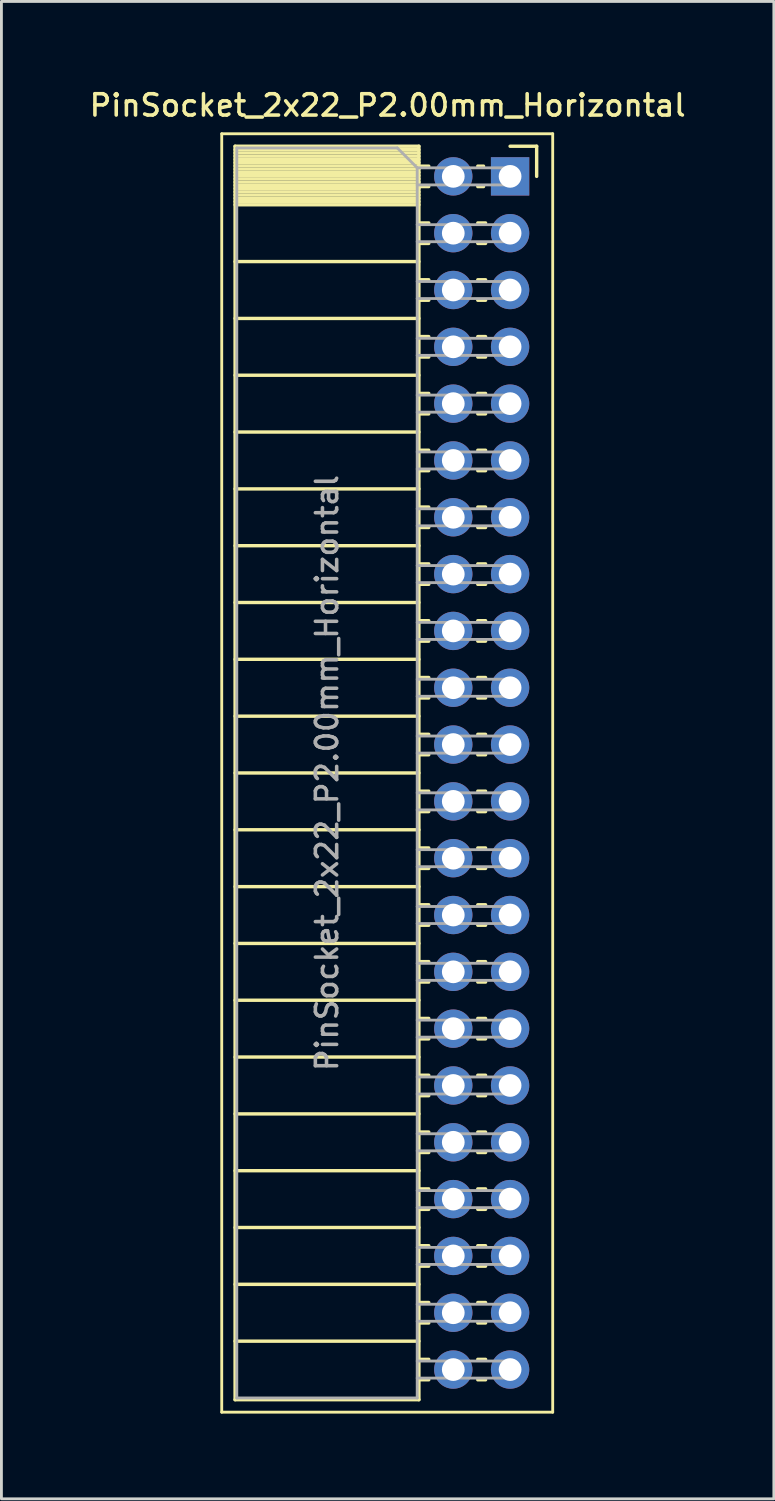
<source format=kicad_pcb>
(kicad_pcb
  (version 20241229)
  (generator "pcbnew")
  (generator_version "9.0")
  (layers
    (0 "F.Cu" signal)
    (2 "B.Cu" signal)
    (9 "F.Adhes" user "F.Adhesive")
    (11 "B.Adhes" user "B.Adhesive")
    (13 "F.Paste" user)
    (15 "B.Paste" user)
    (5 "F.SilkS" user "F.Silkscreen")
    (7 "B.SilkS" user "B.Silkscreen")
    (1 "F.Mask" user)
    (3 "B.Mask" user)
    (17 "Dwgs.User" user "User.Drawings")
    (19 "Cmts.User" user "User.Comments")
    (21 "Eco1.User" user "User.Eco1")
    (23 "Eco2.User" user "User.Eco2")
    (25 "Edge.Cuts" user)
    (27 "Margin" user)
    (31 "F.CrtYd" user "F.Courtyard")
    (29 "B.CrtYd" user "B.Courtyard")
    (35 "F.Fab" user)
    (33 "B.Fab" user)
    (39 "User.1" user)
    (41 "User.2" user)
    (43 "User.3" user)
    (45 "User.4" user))
  (footprint "PinSocket_2x22_P2.00mm_Horizontal"
    (layer "F.Cu")
    (at 14.905 3.158)
    (property "Reference" "PinSocket_2x22_P2.00mm_Horizontal" (at -4.31 -2.5 0) (layer "F.SilkS") (effects (font (size 0.75 0.75) (thickness 0.125))))
    (attr through_hole)
    (fp_line (start -10.15 -1.5) (end -10.15 43.5) (stroke (width 0.1) (type solid)) (layer "F.SilkS"))
    (fp_line (start -10.15 43.5) (end 1.5 43.5) (stroke (width 0.1) (type solid)) (layer "F.SilkS"))
    (fp_line (start -9.68 -1.06) (end -9.68 43.06) (stroke (width 0.12) (type solid)) (layer "F.SilkS"))
    (fp_line (start -9.68 -1.06) (end -3.21 -1.06) (stroke (width 0.12) (type solid)) (layer "F.SilkS"))
    (fp_line (start -9.68 -0.94) (end -3.21 -0.94) (stroke (width 0.12) (type solid)) (layer "F.SilkS"))
    (fp_line (start -9.68 -0.826) (end -3.21 -0.826) (stroke (width 0.12) (type solid)) (layer "F.SilkS"))
    (fp_line (start -9.68 -0.712) (end -3.21 -0.712) (stroke (width 0.12) (type solid)) (layer "F.SilkS"))
    (fp_line (start -9.68 -0.598) (end -3.21 -0.598) (stroke (width 0.12) (type solid)) (layer "F.SilkS"))
    (fp_line (start -9.68 -0.484) (end -3.21 -0.484) (stroke (width 0.12) (type solid)) (layer "F.SilkS"))
    (fp_line (start -9.68 -0.369) (end -3.21 -0.369) (stroke (width 0.12) (type solid)) (layer "F.SilkS"))
    (fp_line (start -9.68 -0.255) (end -3.21 -0.255) (stroke (width 0.12) (type solid)) (layer "F.SilkS"))
    (fp_line (start -9.68 -0.141) (end -3.21 -0.141) (stroke (width 0.12) (type solid)) (layer "F.SilkS"))
    (fp_line (start -9.68 -0.027) (end -3.21 -0.027) (stroke (width 0.12) (type solid)) (layer "F.SilkS"))
    (fp_line (start -9.68 0.087) (end -3.21 0.087) (stroke (width 0.12) (type solid)) (layer "F.SilkS"))
    (fp_line (start -9.68 0.201) (end -3.21 0.201) (stroke (width 0.12) (type solid)) (layer "F.SilkS"))
    (fp_line (start -9.68 0.315) (end -3.21 0.315) (stroke (width 0.12) (type solid)) (layer "F.SilkS"))
    (fp_line (start -9.68 0.429) (end -3.21 0.429) (stroke (width 0.12) (type solid)) (layer "F.SilkS"))
    (fp_line (start -9.68 0.544) (end -3.21 0.544) (stroke (width 0.12) (type solid)) (layer "F.SilkS"))
    (fp_line (start -9.68 0.658) (end -3.21 0.658) (stroke (width 0.12) (type solid)) (layer "F.SilkS"))
    (fp_line (start -9.68 0.772) (end -3.21 0.772) (stroke (width 0.12) (type solid)) (layer "F.SilkS"))
    (fp_line (start -9.68 0.886) (end -3.21 0.886) (stroke (width 0.12) (type solid)) (layer "F.SilkS"))
    (fp_line (start -9.68 1) (end -3.21 1) (stroke (width 0.12) (type solid)) (layer "F.SilkS"))
    (fp_line (start -9.68 3) (end -3.21 3) (stroke (width 0.12) (type solid)) (layer "F.SilkS"))
    (fp_line (start -9.68 5) (end -3.21 5) (stroke (width 0.12) (type solid)) (layer "F.SilkS"))
    (fp_line (start -9.68 7) (end -3.21 7) (stroke (width 0.12) (type solid)) (layer "F.SilkS"))
    (fp_line (start -9.68 9) (end -3.21 9) (stroke (width 0.12) (type solid)) (layer "F.SilkS"))
    (fp_line (start -9.68 11) (end -3.21 11) (stroke (width 0.12) (type solid)) (layer "F.SilkS"))
    (fp_line (start -9.68 13) (end -3.21 13) (stroke (width 0.12) (type solid)) (layer "F.SilkS"))
    (fp_line (start -9.68 15) (end -3.21 15) (stroke (width 0.12) (type solid)) (layer "F.SilkS"))
    (fp_line (start -9.68 17) (end -3.21 17) (stroke (width 0.12) (type solid)) (layer "F.SilkS"))
    (fp_line (start -9.68 19) (end -3.21 19) (stroke (width 0.12) (type solid)) (layer "F.SilkS"))
    (fp_line (start -9.68 21) (end -3.21 21) (stroke (width 0.12) (type solid)) (layer "F.SilkS"))
    (fp_line (start -9.68 23) (end -3.21 23) (stroke (width 0.12) (type solid)) (layer "F.SilkS"))
    (fp_line (start -9.68 25) (end -3.21 25) (stroke (width 0.12) (type solid)) (layer "F.SilkS"))
    (fp_line (start -9.68 27) (end -3.21 27) (stroke (width 0.12) (type solid)) (layer "F.SilkS"))
    (fp_line (start -9.68 29) (end -3.21 29) (stroke (width 0.12) (type solid)) (layer "F.SilkS"))
    (fp_line (start -9.68 31) (end -3.21 31) (stroke (width 0.12) (type solid)) (layer "F.SilkS"))
    (fp_line (start -9.68 33) (end -3.21 33) (stroke (width 0.12) (type solid)) (layer "F.SilkS"))
    (fp_line (start -9.68 35) (end -3.21 35) (stroke (width 0.12) (type solid)) (layer "F.SilkS"))
    (fp_line (start -9.68 37) (end -3.21 37) (stroke (width 0.12) (type solid)) (layer "F.SilkS"))
    (fp_line (start -9.68 39) (end -3.21 39) (stroke (width 0.12) (type solid)) (layer "F.SilkS"))
    (fp_line (start -9.68 41) (end -3.21 41) (stroke (width 0.12) (type solid)) (layer "F.SilkS"))
    (fp_line (start -9.68 43.06) (end -3.21 43.06) (stroke (width 0.12) (type solid)) (layer "F.SilkS"))
    (fp_line (start -3.21 -1.06) (end -3.21 43.06) (stroke (width 0.12) (type solid)) (layer "F.SilkS"))
    (fp_line (start -3.21 -0.36) (end -2.863 -0.36) (stroke (width 0.12) (type solid)) (layer "F.SilkS"))
    (fp_line (start -3.21 0.36) (end -2.863 0.36) (stroke (width 0.12) (type solid)) (layer "F.SilkS"))
    (fp_line (start -3.21 1.64) (end -2.863 1.64) (stroke (width 0.12) (type solid)) (layer "F.SilkS"))
    (fp_line (start -3.21 2.36) (end -2.863 2.36) (stroke (width 0.12) (type solid)) (layer "F.SilkS"))
    (fp_line (start -3.21 3.64) (end -2.863 3.64) (stroke (width 0.12) (type solid)) (layer "F.SilkS"))
    (fp_line (start -3.21 4.36) (end -2.863 4.36) (stroke (width 0.12) (type solid)) (layer "F.SilkS"))
    (fp_line (start -3.21 5.64) (end -2.863 5.64) (stroke (width 0.12) (type solid)) (layer "F.SilkS"))
    (fp_line (start -3.21 6.36) (end -2.863 6.36) (stroke (width 0.12) (type solid)) (layer "F.SilkS"))
    (fp_line (start -3.21 7.64) (end -2.863 7.64) (stroke (width 0.12) (type solid)) (layer "F.SilkS"))
    (fp_line (start -3.21 8.36) (end -2.863 8.36) (stroke (width 0.12) (type solid)) (layer "F.SilkS"))
    (fp_line (start -3.21 9.64) (end -2.863 9.64) (stroke (width 0.12) (type solid)) (layer "F.SilkS"))
    (fp_line (start -3.21 10.36) (end -2.863 10.36) (stroke (width 0.12) (type solid)) (layer "F.SilkS"))
    (fp_line (start -3.21 11.64) (end -2.863 11.64) (stroke (width 0.12) (type solid)) (layer "F.SilkS"))
    (fp_line (start -3.21 12.36) (end -2.863 12.36) (stroke (width 0.12) (type solid)) (layer "F.SilkS"))
    (fp_line (start -3.21 13.64) (end -2.863 13.64) (stroke (width 0.12) (type solid)) (layer "F.SilkS"))
    (fp_line (start -3.21 14.36) (end -2.863 14.36) (stroke (width 0.12) (type solid)) (layer "F.SilkS"))
    (fp_line (start -3.21 15.64) (end -2.863 15.64) (stroke (width 0.12) (type solid)) (layer "F.SilkS"))
    (fp_line (start -3.21 16.36) (end -2.863 16.36) (stroke (width 0.12) (type solid)) (layer "F.SilkS"))
    (fp_line (start -3.21 17.64) (end -2.863 17.64) (stroke (width 0.12) (type solid)) (layer "F.SilkS"))
    (fp_line (start -3.21 18.36) (end -2.863 18.36) (stroke (width 0.12) (type solid)) (layer "F.SilkS"))
    (fp_line (start -3.21 19.64) (end -2.863 19.64) (stroke (width 0.12) (type solid)) (layer "F.SilkS"))
    (fp_line (start -3.21 20.36) (end -2.863 20.36) (stroke (width 0.12) (type solid)) (layer "F.SilkS"))
    (fp_line (start -3.21 21.64) (end -2.863 21.64) (stroke (width 0.12) (type solid)) (layer "F.SilkS"))
    (fp_line (start -3.21 22.36) (end -2.863 22.36) (stroke (width 0.12) (type solid)) (layer "F.SilkS"))
    (fp_line (start -3.21 23.64) (end -2.863 23.64) (stroke (width 0.12) (type solid)) (layer "F.SilkS"))
    (fp_line (start -3.21 24.36) (end -2.863 24.36) (stroke (width 0.12) (type solid)) (layer "F.SilkS"))
    (fp_line (start -3.21 25.64) (end -2.863 25.64) (stroke (width 0.12) (type solid)) (layer "F.SilkS"))
    (fp_line (start -3.21 26.36) (end -2.863 26.36) (stroke (width 0.12) (type solid)) (layer "F.SilkS"))
    (fp_line (start -3.21 27.64) (end -2.863 27.64) (stroke (width 0.12) (type solid)) (layer "F.SilkS"))
    (fp_line (start -3.21 28.36) (end -2.863 28.36) (stroke (width 0.12) (type solid)) (layer "F.SilkS"))
    (fp_line (start -3.21 29.64) (end -2.863 29.64) (stroke (width 0.12) (type solid)) (layer "F.SilkS"))
    (fp_line (start -3.21 30.36) (end -2.863 30.36) (stroke (width 0.12) (type solid)) (layer "F.SilkS"))
    (fp_line (start -3.21 31.64) (end -2.863 31.64) (stroke (width 0.12) (type solid)) (layer "F.SilkS"))
    (fp_line (start -3.21 32.36) (end -2.863 32.36) (stroke (width 0.12) (type solid)) (layer "F.SilkS"))
    (fp_line (start -3.21 33.64) (end -2.863 33.64) (stroke (width 0.12) (type solid)) (layer "F.SilkS"))
    (fp_line (start -3.21 34.36) (end -2.863 34.36) (stroke (width 0.12) (type solid)) (layer "F.SilkS"))
    (fp_line (start -3.21 35.64) (end -2.863 35.64) (stroke (width 0.12) (type solid)) (layer "F.SilkS"))
    (fp_line (start -3.21 36.36) (end -2.863 36.36) (stroke (width 0.12) (type solid)) (layer "F.SilkS"))
    (fp_line (start -3.21 37.64) (end -2.863 37.64) (stroke (width 0.12) (type solid)) (layer "F.SilkS"))
    (fp_line (start -3.21 38.36) (end -2.863 38.36) (stroke (width 0.12) (type solid)) (layer "F.SilkS"))
    (fp_line (start -3.21 39.64) (end -2.863 39.64) (stroke (width 0.12) (type solid)) (layer "F.SilkS"))
    (fp_line (start -3.21 40.36) (end -2.863 40.36) (stroke (width 0.12) (type solid)) (layer "F.SilkS"))
    (fp_line (start -3.21 41.64) (end -2.863 41.64) (stroke (width 0.12) (type solid)) (layer "F.SilkS"))
    (fp_line (start -3.21 42.36) (end -2.863 42.36) (stroke (width 0.12) (type solid)) (layer "F.SilkS"))
    (fp_line (start -1.137 -0.36) (end -0.935 -0.36) (stroke (width 0.12) (type solid)) (layer "F.SilkS"))
    (fp_line (start -1.137 0.36) (end -0.935 0.36) (stroke (width 0.12) (type solid)) (layer "F.SilkS"))
    (fp_line (start -1.137 1.64) (end -0.863 1.64) (stroke (width 0.12) (type solid)) (layer "F.SilkS"))
    (fp_line (start -1.137 2.36) (end -0.863 2.36) (stroke (width 0.12) (type solid)) (layer "F.SilkS"))
    (fp_line (start -1.137 3.64) (end -0.863 3.64) (stroke (width 0.12) (type solid)) (layer "F.SilkS"))
    (fp_line (start -1.137 4.36) (end -0.863 4.36) (stroke (width 0.12) (type solid)) (layer "F.SilkS"))
    (fp_line (start -1.137 5.64) (end -0.863 5.64) (stroke (width 0.12) (type solid)) (layer "F.SilkS"))
    (fp_line (start -1.137 6.36) (end -0.863 6.36) (stroke (width 0.12) (type solid)) (layer "F.SilkS"))
    (fp_line (start -1.137 7.64) (end -0.863 7.64) (stroke (width 0.12) (type solid)) (layer "F.SilkS"))
    (fp_line (start -1.137 8.36) (end -0.863 8.36) (stroke (width 0.12) (type solid)) (layer "F.SilkS"))
    (fp_line (start -1.137 9.64) (end -0.863 9.64) (stroke (width 0.12) (type solid)) (layer "F.SilkS"))
    (fp_line (start -1.137 10.36) (end -0.863 10.36) (stroke (width 0.12) (type solid)) (layer "F.SilkS"))
    (fp_line (start -1.137 11.64) (end -0.863 11.64) (stroke (width 0.12) (type solid)) (layer "F.SilkS"))
    (fp_line (start -1.137 12.36) (end -0.863 12.36) (stroke (width 0.12) (type solid)) (layer "F.SilkS"))
    (fp_line (start -1.137 13.64) (end -0.863 13.64) (stroke (width 0.12) (type solid)) (layer "F.SilkS"))
    (fp_line (start -1.137 14.36) (end -0.863 14.36) (stroke (width 0.12) (type solid)) (layer "F.SilkS"))
    (fp_line (start -1.137 15.64) (end -0.863 15.64) (stroke (width 0.12) (type solid)) (layer "F.SilkS"))
    (fp_line (start -1.137 16.36) (end -0.863 16.36) (stroke (width 0.12) (type solid)) (layer "F.SilkS"))
    (fp_line (start -1.137 17.64) (end -0.863 17.64) (stroke (width 0.12) (type solid)) (layer "F.SilkS"))
    (fp_line (start -1.137 18.36) (end -0.863 18.36) (stroke (width 0.12) (type solid)) (layer "F.SilkS"))
    (fp_line (start -1.137 19.64) (end -0.863 19.64) (stroke (width 0.12) (type solid)) (layer "F.SilkS"))
    (fp_line (start -1.137 20.36) (end -0.863 20.36) (stroke (width 0.12) (type solid)) (layer "F.SilkS"))
    (fp_line (start -1.137 21.64) (end -0.863 21.64) (stroke (width 0.12) (type solid)) (layer "F.SilkS"))
    (fp_line (start -1.137 22.36) (end -0.863 22.36) (stroke (width 0.12) (type solid)) (layer "F.SilkS"))
    (fp_line (start -1.137 23.64) (end -0.863 23.64) (stroke (width 0.12) (type solid)) (layer "F.SilkS"))
    (fp_line (start -1.137 24.36) (end -0.863 24.36) (stroke (width 0.12) (type solid)) (layer "F.SilkS"))
    (fp_line (start -1.137 25.64) (end -0.863 25.64) (stroke (width 0.12) (type solid)) (layer "F.SilkS"))
    (fp_line (start -1.137 26.36) (end -0.863 26.36) (stroke (width 0.12) (type solid)) (layer "F.SilkS"))
    (fp_line (start -1.137 27.64) (end -0.863 27.64) (stroke (width 0.12) (type solid)) (layer "F.SilkS"))
    (fp_line (start -1.137 28.36) (end -0.863 28.36) (stroke (width 0.12) (type solid)) (layer "F.SilkS"))
    (fp_line (start -1.137 29.64) (end -0.863 29.64) (stroke (width 0.12) (type solid)) (layer "F.SilkS"))
    (fp_line (start -1.137 30.36) (end -0.863 30.36) (stroke (width 0.12) (type solid)) (layer "F.SilkS"))
    (fp_line (start -1.137 31.64) (end -0.863 31.64) (stroke (width 0.12) (type solid)) (layer "F.SilkS"))
    (fp_line (start -1.137 32.36) (end -0.863 32.36) (stroke (width 0.12) (type solid)) (layer "F.SilkS"))
    (fp_line (start -1.137 33.64) (end -0.863 33.64) (stroke (width 0.12) (type solid)) (layer "F.SilkS"))
    (fp_line (start -1.137 34.36) (end -0.863 34.36) (stroke (width 0.12) (type solid)) (layer "F.SilkS"))
    (fp_line (start -1.137 35.64) (end -0.863 35.64) (stroke (width 0.12) (type solid)) (layer "F.SilkS"))
    (fp_line (start -1.137 36.36) (end -0.863 36.36) (stroke (width 0.12) (type solid)) (layer "F.SilkS"))
    (fp_line (start -1.137 37.64) (end -0.863 37.64) (stroke (width 0.12) (type solid)) (layer "F.SilkS"))
    (fp_line (start -1.137 38.36) (end -0.863 38.36) (stroke (width 0.12) (type solid)) (layer "F.SilkS"))
    (fp_line (start -1.137 39.64) (end -0.863 39.64) (stroke (width 0.12) (type solid)) (layer "F.SilkS"))
    (fp_line (start -1.137 40.36) (end -0.863 40.36) (stroke (width 0.12) (type solid)) (layer "F.SilkS"))
    (fp_line (start -1.137 41.64) (end -0.863 41.64) (stroke (width 0.12) (type solid)) (layer "F.SilkS"))
    (fp_line (start -1.137 42.36) (end -0.863 42.36) (stroke (width 0.12) (type solid)) (layer "F.SilkS"))
    (fp_line (start 0 -1.06) (end 0.935 -1.06) (stroke (width 0.12) (type solid)) (layer "F.SilkS"))
    (fp_line (start 0.935 -1.06) (end 0.935 0) (stroke (width 0.12) (type solid)) (layer "F.SilkS"))
    (fp_line (start 1.5 -1.5) (end -10.15 -1.5) (stroke (width 0.1) (type solid)) (layer "F.SilkS"))
    (fp_line (start 1.5 43.5) (end 1.5 -1.5) (stroke (width 0.1) (type solid)) (layer "F.SilkS"))
    (fp_line (start -9.62 -1) (end -3.97 -1) (stroke (width 0.1) (type solid)) (layer "F.Fab"))
    (fp_line (start -9.62 43) (end -9.62 -1) (stroke (width 0.1) (type solid)) (layer "F.Fab"))
    (fp_line (start -3.97 -1) (end -3.27 -0.3) (stroke (width 0.1) (type solid)) (layer "F.Fab"))
    (fp_line (start -3.27 -0.3) (end -3.27 43) (stroke (width 0.1) (type solid)) (layer "F.Fab"))
    (fp_line (start -3.27 0.3) (end 0 0.3) (stroke (width 0.1) (type solid)) (layer "F.Fab"))
    (fp_line (start -3.27 2.3) (end 0 2.3) (stroke (width 0.1) (type solid)) (layer "F.Fab"))
    (fp_line (start -3.27 4.3) (end 0 4.3) (stroke (width 0.1) (type solid)) (layer "F.Fab"))
    (fp_line (start -3.27 6.3) (end 0 6.3) (stroke (width 0.1) (type solid)) (layer "F.Fab"))
    (fp_line (start -3.27 8.3) (end 0 8.3) (stroke (width 0.1) (type solid)) (layer "F.Fab"))
    (fp_line (start -3.27 10.3) (end 0 10.3) (stroke (width 0.1) (type solid)) (layer "F.Fab"))
    (fp_line (start -3.27 12.3) (end 0 12.3) (stroke (width 0.1) (type solid)) (layer "F.Fab"))
    (fp_line (start -3.27 14.3) (end 0 14.3) (stroke (width 0.1) (type solid)) (layer "F.Fab"))
    (fp_line (start -3.27 16.3) (end 0 16.3) (stroke (width 0.1) (type solid)) (layer "F.Fab"))
    (fp_line (start -3.27 18.3) (end 0 18.3) (stroke (width 0.1) (type solid)) (layer "F.Fab"))
    (fp_line (start -3.27 20.3) (end 0 20.3) (stroke (width 0.1) (type solid)) (layer "F.Fab"))
    (fp_line (start -3.27 22.3) (end 0 22.3) (stroke (width 0.1) (type solid)) (layer "F.Fab"))
    (fp_line (start -3.27 24.3) (end 0 24.3) (stroke (width 0.1) (type solid)) (layer "F.Fab"))
    (fp_line (start -3.27 26.3) (end 0 26.3) (stroke (width 0.1) (type solid)) (layer "F.Fab"))
    (fp_line (start -3.27 28.3) (end 0 28.3) (stroke (width 0.1) (type solid)) (layer "F.Fab"))
    (fp_line (start -3.27 30.3) (end 0 30.3) (stroke (width 0.1) (type solid)) (layer "F.Fab"))
    (fp_line (start -3.27 32.3) (end 0 32.3) (stroke (width 0.1) (type solid)) (layer "F.Fab"))
    (fp_line (start -3.27 34.3) (end 0 34.3) (stroke (width 0.1) (type solid)) (layer "F.Fab"))
    (fp_line (start -3.27 36.3) (end 0 36.3) (stroke (width 0.1) (type solid)) (layer "F.Fab"))
    (fp_line (start -3.27 38.3) (end 0 38.3) (stroke (width 0.1) (type solid)) (layer "F.Fab"))
    (fp_line (start -3.27 40.3) (end 0 40.3) (stroke (width 0.1) (type solid)) (layer "F.Fab"))
    (fp_line (start -3.27 42.3) (end 0 42.3) (stroke (width 0.1) (type solid)) (layer "F.Fab"))
    (fp_line (start -3.27 43) (end -9.62 43) (stroke (width 0.1) (type solid)) (layer "F.Fab"))
    (fp_line (start 0 -0.3) (end -3.27 -0.3) (stroke (width 0.1) (type solid)) (layer "F.Fab"))
    (fp_line (start 0 0.3) (end 0 -0.3) (stroke (width 0.1) (type solid)) (layer "F.Fab"))
    (fp_line (start 0 1.7) (end -3.27 1.7) (stroke (width 0.1) (type solid)) (layer "F.Fab"))
    (fp_line (start 0 2.3) (end 0 1.7) (stroke (width 0.1) (type solid)) (layer "F.Fab"))
    (fp_line (start 0 3.7) (end -3.27 3.7) (stroke (width 0.1) (type solid)) (layer "F.Fab"))
    (fp_line (start 0 4.3) (end 0 3.7) (stroke (width 0.1) (type solid)) (layer "F.Fab"))
    (fp_line (start 0 5.7) (end -3.27 5.7) (stroke (width 0.1) (type solid)) (layer "F.Fab"))
    (fp_line (start 0 6.3) (end 0 5.7) (stroke (width 0.1) (type solid)) (layer "F.Fab"))
    (fp_line (start 0 7.7) (end -3.27 7.7) (stroke (width 0.1) (type solid)) (layer "F.Fab"))
    (fp_line (start 0 8.3) (end 0 7.7) (stroke (width 0.1) (type solid)) (layer "F.Fab"))
    (fp_line (start 0 9.7) (end -3.27 9.7) (stroke (width 0.1) (type solid)) (layer "F.Fab"))
    (fp_line (start 0 10.3) (end 0 9.7) (stroke (width 0.1) (type solid)) (layer "F.Fab"))
    (fp_line (start 0 11.7) (end -3.27 11.7) (stroke (width 0.1) (type solid)) (layer "F.Fab"))
    (fp_line (start 0 12.3) (end 0 11.7) (stroke (width 0.1) (type solid)) (layer "F.Fab"))
    (fp_line (start 0 13.7) (end -3.27 13.7) (stroke (width 0.1) (type solid)) (layer "F.Fab"))
    (fp_line (start 0 14.3) (end 0 13.7) (stroke (width 0.1) (type solid)) (layer "F.Fab"))
    (fp_line (start 0 15.7) (end -3.27 15.7) (stroke (width 0.1) (type solid)) (layer "F.Fab"))
    (fp_line (start 0 16.3) (end 0 15.7) (stroke (width 0.1) (type solid)) (layer "F.Fab"))
    (fp_line (start 0 17.7) (end -3.27 17.7) (stroke (width 0.1) (type solid)) (layer "F.Fab"))
    (fp_line (start 0 18.3) (end 0 17.7) (stroke (width 0.1) (type solid)) (layer "F.Fab"))
    (fp_line (start 0 19.7) (end -3.27 19.7) (stroke (width 0.1) (type solid)) (layer "F.Fab"))
    (fp_line (start 0 20.3) (end 0 19.7) (stroke (width 0.1) (type solid)) (layer "F.Fab"))
    (fp_line (start 0 21.7) (end -3.27 21.7) (stroke (width 0.1) (type solid)) (layer "F.Fab"))
    (fp_line (start 0 22.3) (end 0 21.7) (stroke (width 0.1) (type solid)) (layer "F.Fab"))
    (fp_line (start 0 23.7) (end -3.27 23.7) (stroke (width 0.1) (type solid)) (layer "F.Fab"))
    (fp_line (start 0 24.3) (end 0 23.7) (stroke (width 0.1) (type solid)) (layer "F.Fab"))
    (fp_line (start 0 25.7) (end -3.27 25.7) (stroke (width 0.1) (type solid)) (layer "F.Fab"))
    (fp_line (start 0 26.3) (end 0 25.7) (stroke (width 0.1) (type solid)) (layer "F.Fab"))
    (fp_line (start 0 27.7) (end -3.27 27.7) (stroke (width 0.1) (type solid)) (layer "F.Fab"))
    (fp_line (start 0 28.3) (end 0 27.7) (stroke (width 0.1) (type solid)) (layer "F.Fab"))
    (fp_line (start 0 29.7) (end -3.27 29.7) (stroke (width 0.1) (type solid)) (layer "F.Fab"))
    (fp_line (start 0 30.3) (end 0 29.7) (stroke (width 0.1) (type solid)) (layer "F.Fab"))
    (fp_line (start 0 31.7) (end -3.27 31.7) (stroke (width 0.1) (type solid)) (layer "F.Fab"))
    (fp_line (start 0 32.3) (end 0 31.7) (stroke (width 0.1) (type solid)) (layer "F.Fab"))
    (fp_line (start 0 33.7) (end -3.27 33.7) (stroke (width 0.1) (type solid)) (layer "F.Fab"))
    (fp_line (start 0 34.3) (end 0 33.7) (stroke (width 0.1) (type solid)) (layer "F.Fab"))
    (fp_line (start 0 35.7) (end -3.27 35.7) (stroke (width 0.1) (type solid)) (layer "F.Fab"))
    (fp_line (start 0 36.3) (end 0 35.7) (stroke (width 0.1) (type solid)) (layer "F.Fab"))
    (fp_line (start 0 37.7) (end -3.27 37.7) (stroke (width 0.1) (type solid)) (layer "F.Fab"))
    (fp_line (start 0 38.3) (end 0 37.7) (stroke (width 0.1) (type solid)) (layer "F.Fab"))
    (fp_line (start 0 39.7) (end -3.27 39.7) (stroke (width 0.1) (type solid)) (layer "F.Fab"))
    (fp_line (start 0 40.3) (end 0 39.7) (stroke (width 0.1) (type solid)) (layer "F.Fab"))
    (fp_line (start 0 41.7) (end -3.27 41.7) (stroke (width 0.1) (type solid)) (layer "F.Fab"))
    (fp_line (start 0 42.3) (end 0 41.7) (stroke (width 0.1) (type solid)) (layer "F.Fab"))
    (fp_text user "${REFERENCE}" (at -6.445 21 90) (layer "F.Fab") (effects (font (size 0.75 0.75) (thickness 0.125))))
    (pad "1" thru_hole rect (at 0 0) (size 1.35 1.35) (drill 0.8) (layers "*.Cu" "*.Mask"))
    (pad "2" thru_hole oval (at -2 0) (size 1.35 1.35) (drill 0.8) (layers "*.Cu" "*.Mask"))
    (pad "3" thru_hole oval (at 0 2) (size 1.35 1.35) (drill 0.8) (layers "*.Cu" "*.Mask"))
    (pad "4" thru_hole oval (at -2 2) (size 1.35 1.35) (drill 0.8) (layers "*.Cu" "*.Mask"))
    (pad "5" thru_hole oval (at 0 4) (size 1.35 1.35) (drill 0.8) (layers "*.Cu" "*.Mask"))
    (pad "6" thru_hole oval (at -2 4) (size 1.35 1.35) (drill 0.8) (layers "*.Cu" "*.Mask"))
    (pad "7" thru_hole oval (at 0 6) (size 1.35 1.35) (drill 0.8) (layers "*.Cu" "*.Mask"))
    (pad "8" thru_hole oval (at -2 6) (size 1.35 1.35) (drill 0.8) (layers "*.Cu" "*.Mask"))
    (pad "9" thru_hole oval (at 0 8) (size 1.35 1.35) (drill 0.8) (layers "*.Cu" "*.Mask"))
    (pad "10" thru_hole oval (at -2 8) (size 1.35 1.35) (drill 0.8) (layers "*.Cu" "*.Mask"))
    (pad "11" thru_hole oval (at 0 10) (size 1.35 1.35) (drill 0.8) (layers "*.Cu" "*.Mask"))
    (pad "12" thru_hole oval (at -2 10) (size 1.35 1.35) (drill 0.8) (layers "*.Cu" "*.Mask"))
    (pad "13" thru_hole oval (at 0 12) (size 1.35 1.35) (drill 0.8) (layers "*.Cu" "*.Mask"))
    (pad "14" thru_hole oval (at -2 12) (size 1.35 1.35) (drill 0.8) (layers "*.Cu" "*.Mask"))
    (pad "15" thru_hole oval (at 0 14) (size 1.35 1.35) (drill 0.8) (layers "*.Cu" "*.Mask"))
    (pad "16" thru_hole oval (at -2 14) (size 1.35 1.35) (drill 0.8) (layers "*.Cu" "*.Mask"))
    (pad "17" thru_hole oval (at 0 16) (size 1.35 1.35) (drill 0.8) (layers "*.Cu" "*.Mask"))
    (pad "18" thru_hole oval (at -2 16) (size 1.35 1.35) (drill 0.8) (layers "*.Cu" "*.Mask"))
    (pad "19" thru_hole oval (at 0 18) (size 1.35 1.35) (drill 0.8) (layers "*.Cu" "*.Mask"))
    (pad "20" thru_hole oval (at -2 18) (size 1.35 1.35) (drill 0.8) (layers "*.Cu" "*.Mask"))
    (pad "21" thru_hole oval (at 0 20) (size 1.35 1.35) (drill 0.8) (layers "*.Cu" "*.Mask"))
    (pad "22" thru_hole oval (at -2 20) (size 1.35 1.35) (drill 0.8) (layers "*.Cu" "*.Mask"))
    (pad "23" thru_hole oval (at 0 22) (size 1.35 1.35) (drill 0.8) (layers "*.Cu" "*.Mask"))
    (pad "24" thru_hole oval (at -2 22) (size 1.35 1.35) (drill 0.8) (layers "*.Cu" "*.Mask"))
    (pad "25" thru_hole oval (at 0 24) (size 1.35 1.35) (drill 0.8) (layers "*.Cu" "*.Mask"))
    (pad "26" thru_hole oval (at -2 24) (size 1.35 1.35) (drill 0.8) (layers "*.Cu" "*.Mask"))
    (pad "27" thru_hole oval (at 0 26) (size 1.35 1.35) (drill 0.8) (layers "*.Cu" "*.Mask"))
    (pad "28" thru_hole oval (at -2 26) (size 1.35 1.35) (drill 0.8) (layers "*.Cu" "*.Mask"))
    (pad "29" thru_hole oval (at 0 28) (size 1.35 1.35) (drill 0.8) (layers "*.Cu" "*.Mask"))
    (pad "30" thru_hole oval (at -2 28) (size 1.35 1.35) (drill 0.8) (layers "*.Cu" "*.Mask"))
    (pad "31" thru_hole oval (at 0 30) (size 1.35 1.35) (drill 0.8) (layers "*.Cu" "*.Mask"))
    (pad "32" thru_hole oval (at -2 30) (size 1.35 1.35) (drill 0.8) (layers "*.Cu" "*.Mask"))
    (pad "33" thru_hole oval (at 0 32) (size 1.35 1.35) (drill 0.8) (layers "*.Cu" "*.Mask"))
    (pad "34" thru_hole oval (at -2 32) (size 1.35 1.35) (drill 0.8) (layers "*.Cu" "*.Mask"))
    (pad "35" thru_hole oval (at 0 34) (size 1.35 1.35) (drill 0.8) (layers "*.Cu" "*.Mask"))
    (pad "36" thru_hole oval (at -2 34) (size 1.35 1.35) (drill 0.8) (layers "*.Cu" "*.Mask"))
    (pad "37" thru_hole oval (at 0 36) (size 1.35 1.35) (drill 0.8) (layers "*.Cu" "*.Mask"))
    (pad "38" thru_hole oval (at -2 36) (size 1.35 1.35) (drill 0.8) (layers "*.Cu" "*.Mask"))
    (pad "39" thru_hole oval (at 0 38) (size 1.35 1.35) (drill 0.8) (layers "*.Cu" "*.Mask"))
    (pad "40" thru_hole oval (at -2 38) (size 1.35 1.35) (drill 0.8) (layers "*.Cu" "*.Mask"))
    (pad "41" thru_hole oval (at 0 40) (size 1.35 1.35) (drill 0.8) (layers "*.Cu" "*.Mask"))
    (pad "42" thru_hole oval (at -2 40) (size 1.35 1.35) (drill 0.8) (layers "*.Cu" "*.Mask"))
    (pad "43" thru_hole oval (at 0 42) (size 1.35 1.35) (drill 0.8) (layers "*.Cu" "*.Mask"))
    (pad "44" thru_hole oval (at -2 42) (size 1.35 1.35) (drill 0.8) (layers "*.Cu" "*.Mask")))
  (gr_rect
    (start -3 -3)
    (end 24.189 49.708)
    (stroke (width 0.1) (type default))
    (fill no)
    (layer "Edge.Cuts")))
</source>
